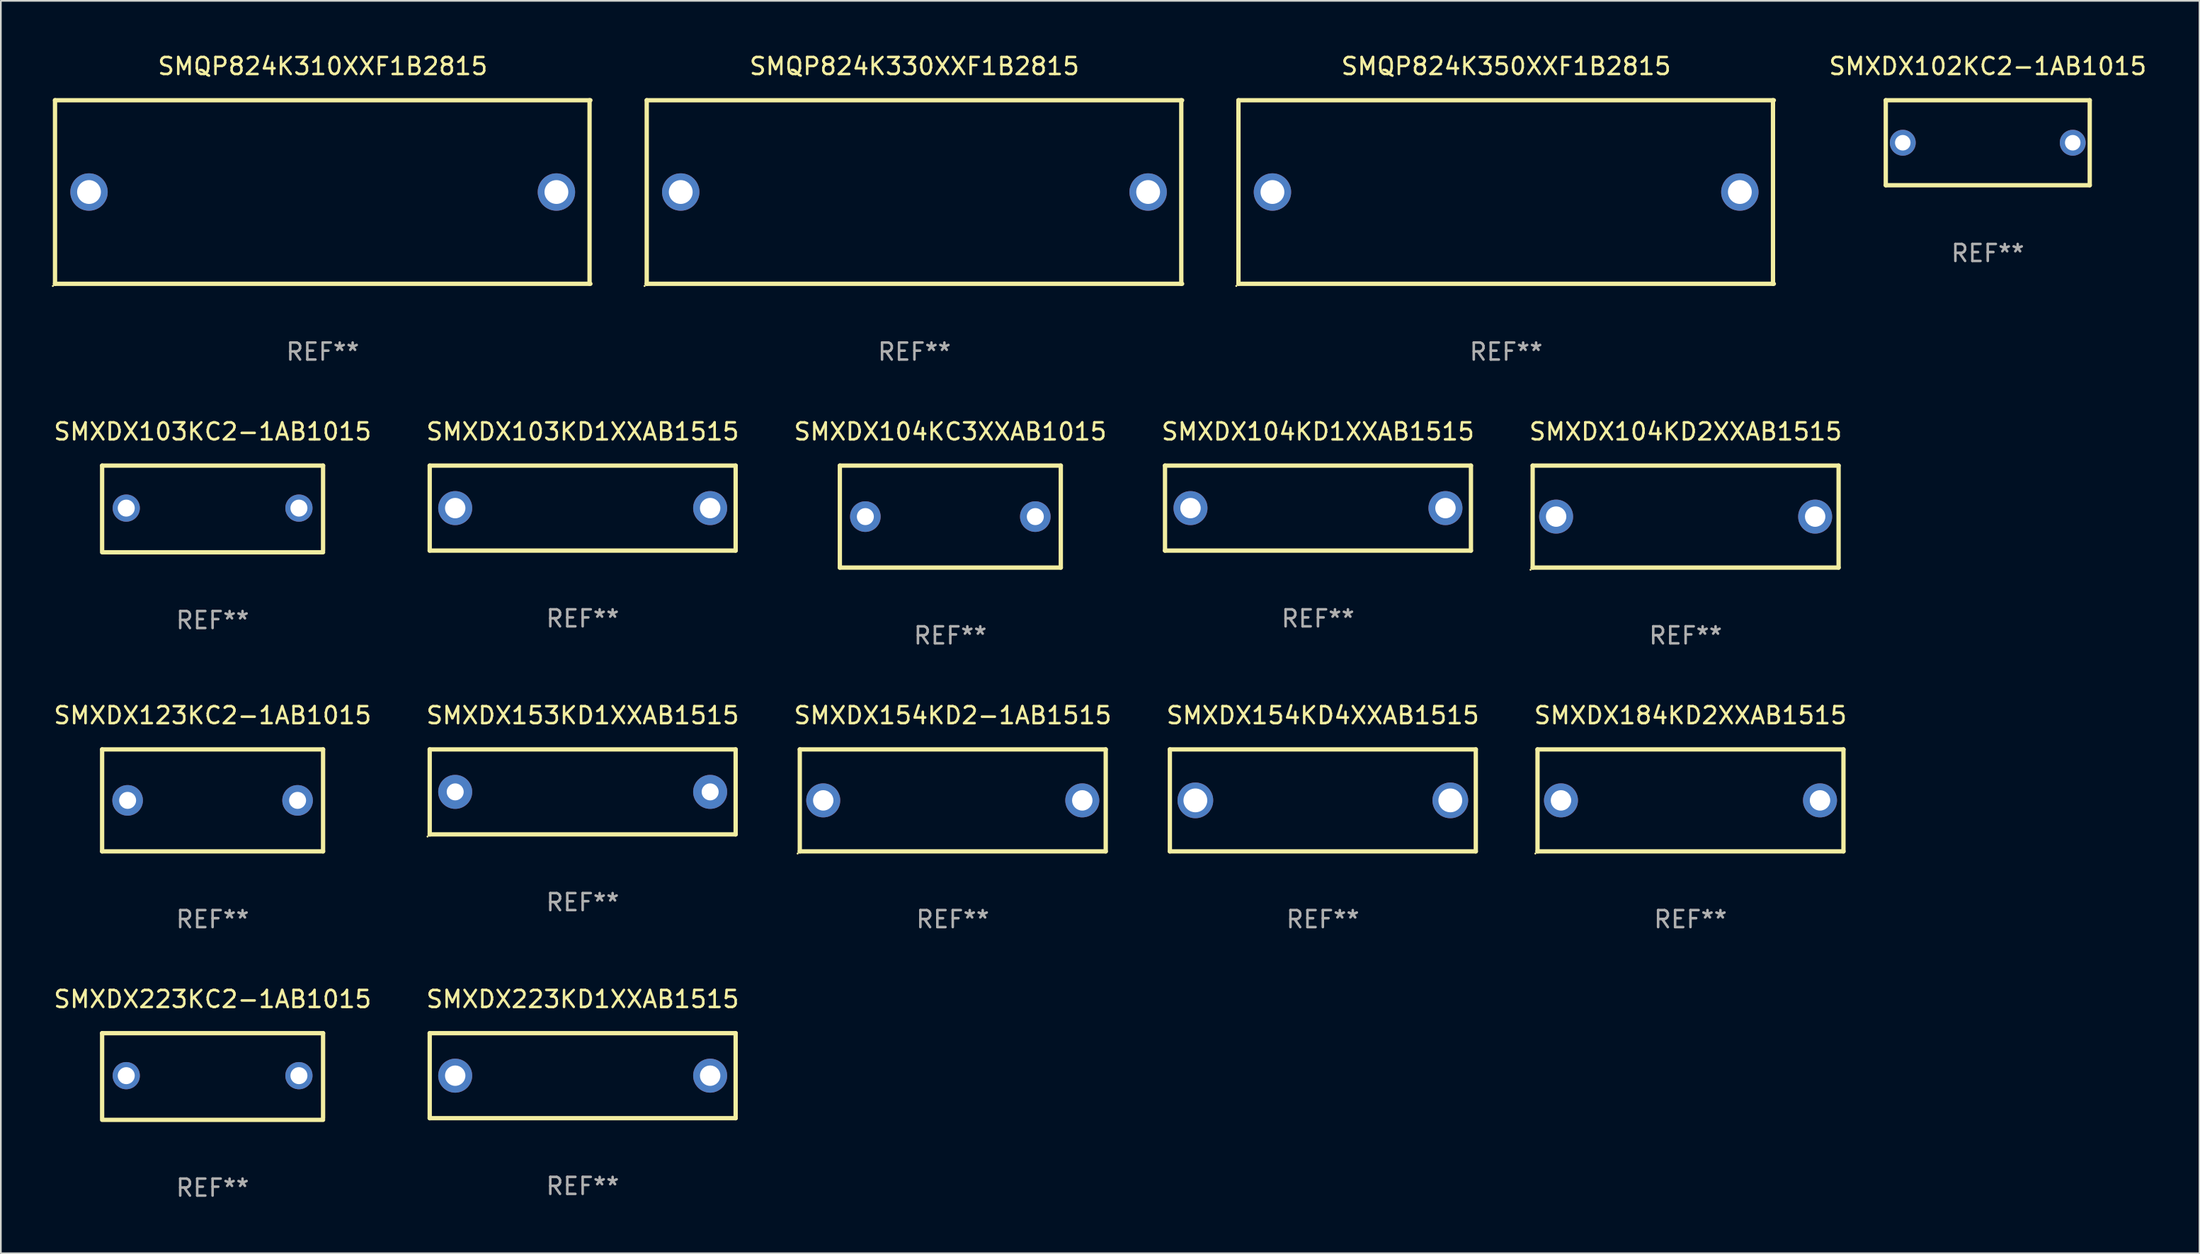
<source format=kicad_pcb>
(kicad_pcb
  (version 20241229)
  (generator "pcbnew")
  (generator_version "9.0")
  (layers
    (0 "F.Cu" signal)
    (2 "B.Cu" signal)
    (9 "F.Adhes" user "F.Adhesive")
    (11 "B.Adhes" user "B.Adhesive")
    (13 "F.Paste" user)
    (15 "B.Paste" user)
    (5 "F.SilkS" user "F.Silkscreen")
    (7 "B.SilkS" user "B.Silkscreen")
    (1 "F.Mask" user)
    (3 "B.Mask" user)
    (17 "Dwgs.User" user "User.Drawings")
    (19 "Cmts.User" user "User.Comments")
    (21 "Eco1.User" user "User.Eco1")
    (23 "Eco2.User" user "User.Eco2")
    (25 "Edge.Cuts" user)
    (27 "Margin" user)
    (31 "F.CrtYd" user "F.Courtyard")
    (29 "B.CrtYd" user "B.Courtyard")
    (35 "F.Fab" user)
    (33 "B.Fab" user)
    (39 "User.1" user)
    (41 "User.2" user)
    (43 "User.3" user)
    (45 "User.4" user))
  (footprint "SMXDX104KD2XXAB1515"
    (layer "F.Cu")
    (at 96.125 27.345)
    (property "Reference" "SMXDX104KD2XXAB1515" (at 0 -5 0) (layer "F.SilkS") (effects (font (size 1 1) (thickness 0.15))))
    (attr through_hole)
    (fp_line (start -9 -3) (end 9 -3) (stroke (width 0.254) (type solid)) (layer "F.SilkS"))
    (fp_line (start -9 3) (end -9 -3) (stroke (width 0.254) (type solid)) (layer "F.SilkS"))
    (fp_line (start 9 -3) (end 9 3) (stroke (width 0.254) (type solid)) (layer "F.SilkS"))
    (fp_line (start 9 3) (end -9 3) (stroke (width 0.254) (type solid)) (layer "F.SilkS"))
    (fp_circle (center -9.127 3.127) (end -9.097 3.127) (stroke (width 0.06) (type solid)) (fill no) (layer "F.SilkS"))
    (fp_text user "REF**" (at 0 7 0) (layer "F.Fab") (effects (font (size 1 1) (thickness 0.15))))
    (pad "1" thru_hole circle (at -7.62 0) (size 2 2) (drill 1.2) (layers "*.Cu" "*.Mask"))
    (pad "2" thru_hole circle (at 7.62 0) (size 2 2) (drill 1.2) (layers "*.Cu" "*.Mask")))
  (footprint "SMXDX153KD1XXAB1515"
    (layer "F.Cu")
    (at 31.232 43.541)
    (property "Reference" "SMXDX153KD1XXAB1515" (at 0 -4.5 0) (layer "F.SilkS") (effects (font (size 1 1) (thickness 0.15))))
    (attr through_hole)
    (fp_line (start -9 -2.5) (end 9 -2.5) (stroke (width 0.254) (type solid)) (layer "F.SilkS"))
    (fp_line (start -9 2.5) (end -9 -2.5) (stroke (width 0.254) (type solid)) (layer "F.SilkS"))
    (fp_line (start 9 -2.5) (end 9 2.5) (stroke (width 0.254) (type solid)) (layer "F.SilkS"))
    (fp_line (start 9 2.5) (end -9 2.5) (stroke (width 0.254) (type solid)) (layer "F.SilkS"))
    (fp_circle (center -9.127 2.627) (end -9.097 2.627) (stroke (width 0.06) (type solid)) (fill no) (layer "F.SilkS"))
    (fp_text user "REF**" (at 0 6.5 0) (layer "F.Fab") (effects (font (size 1 1) (thickness 0.15))))
    (pad "1" thru_hole circle (at -7.5 0) (size 2 2) (drill 1) (layers "*.Cu" "*.Mask"))
    (pad "2" thru_hole circle (at 7.5 0) (size 2 2) (drill 1) (layers "*.Cu" "*.Mask")))
  (footprint "SMXDX154KD4XXAB1515"
    (layer "F.Cu")
    (at 74.78 44.041)
    (property "Reference" "SMXDX154KD4XXAB1515" (at 0 -5 0) (layer "F.SilkS") (effects (font (size 1 1) (thickness 0.15))))
    (attr through_hole)
    (fp_line (start -9 -3) (end 9 -3) (stroke (width 0.254) (type solid)) (layer "F.SilkS"))
    (fp_line (start -9 3) (end -9 -3) (stroke (width 0.254) (type solid)) (layer "F.SilkS"))
    (fp_line (start 9 -3) (end 9 3) (stroke (width 0.254) (type solid)) (layer "F.SilkS"))
    (fp_line (start 9 3) (end -9 3) (stroke (width 0.254) (type solid)) (layer "F.SilkS"))
    (fp_circle (center -9 3) (end -8.97 3) (stroke (width 0.06) (type solid)) (fill no) (layer "F.SilkS"))
    (fp_text user "REF**" (at 0 7 0) (layer "F.Fab") (effects (font (size 1 1) (thickness 0.15))))
    (pad "1" thru_hole circle (at -7.5 0) (size 2.1 2.1) (drill 1.4) (layers "*.Cu" "*.Mask"))
    (pad "2" thru_hole circle (at 7.5 0) (size 2.1 2.1) (drill 1.4) (layers "*.Cu" "*.Mask")))
  (footprint "SMQP824K350XXF1B2815"
    (layer "F.Cu")
    (at 85.565 8.248)
    (property "Reference" "SMQP824K350XXF1B2815" (at 0 -7.4 0) (layer "F.SilkS") (effects (font (size 1 1) (thickness 0.15))))
    (attr through_hole)
    (fp_line (start -15.75 -5.4) (end 15.75 -5.4) (stroke (width 0.254) (type solid)) (layer "F.SilkS"))
    (fp_line (start -15.75 5.4) (end -15.75 -5.4) (stroke (width 0.254) (type solid)) (layer "F.SilkS"))
    (fp_line (start 15.7 -5.4) (end 15.7 5.4) (stroke (width 0.254) (type solid)) (layer "F.SilkS"))
    (fp_line (start 15.75 5.4) (end -15.75 5.4) (stroke (width 0.254) (type solid)) (layer "F.SilkS"))
    (fp_circle (center -15.877 5.527) (end -15.847 5.527) (stroke (width 0.06) (type solid)) (fill no) (layer "F.SilkS"))
    (fp_text user "REF**" (at 0 9.4 0) (layer "F.Fab") (effects (font (size 1 1) (thickness 0.15))))
    (pad "1" thru_hole circle (at -13.75 0) (size 2.2 2.2) (drill 1.4) (layers "*.Cu" "*.Mask"))
    (pad "2" thru_hole circle (at 13.75 0) (size 2.2 2.2) (drill 1.4) (layers "*.Cu" "*.Mask")))
  (footprint "SMXDX103KC2-1AB1015"
    (layer "F.Cu")
    (at 9.458 26.895)
    (property "Reference" "SMXDX103KC2-1AB1015" (at 0 -4.55 0) (layer "F.SilkS") (effects (font (size 1 1) (thickness 0.15))))
    (attr through_hole)
    (fp_line (start -6.5 -2.55) (end 6.5 -2.55) (stroke (width 0.254) (type solid)) (layer "F.SilkS"))
    (fp_line (start -6.5 2.45) (end -6.5 -2.55) (stroke (width 0.254) (type solid)) (layer "F.SilkS"))
    (fp_line (start 6.5 -2.55) (end 6.5 2.45) (stroke (width 0.254) (type solid)) (layer "F.SilkS"))
    (fp_line (start 6.5 2.55) (end -6.5 2.55) (stroke (width 0.254) (type solid)) (layer "F.SilkS"))
    (fp_circle (center -6.5 2.45) (end -6.47 2.45) (stroke (width 0.06) (type solid)) (fill no) (layer "F.SilkS"))
    (fp_text user "REF**" (at 0 6.55 0) (layer "F.Fab") (effects (font (size 1 1) (thickness 0.15))))
    (pad "1" thru_hole circle (at -5.08 -0.05) (size 1.6 1.6) (drill 1) (layers "*.Cu" "*.Mask"))
    (pad "2" thru_hole circle (at 5.08 -0.05) (size 1.6 1.6) (drill 1) (layers "*.Cu" "*.Mask")))
  (footprint "SMXDX123KC2-1AB1015"
    (layer "F.Cu")
    (at 9.458 44.041)
    (property "Reference" "SMXDX123KC2-1AB1015" (at 0 -5 0) (layer "F.SilkS") (effects (font (size 1 1) (thickness 0.15))))
    (attr through_hole)
    (fp_line (start -6.5 -3) (end 6.5 -3) (stroke (width 0.254) (type solid)) (layer "F.SilkS"))
    (fp_line (start -6.5 3) (end -6.5 -3) (stroke (width 0.254) (type solid)) (layer "F.SilkS"))
    (fp_line (start 6.5 -3) (end 6.5 3) (stroke (width 0.254) (type solid)) (layer "F.SilkS"))
    (fp_line (start 6.5 3) (end -6.5 3) (stroke (width 0.254) (type solid)) (layer "F.SilkS"))
    (fp_circle (center -6.5 3) (end -6.47 3) (stroke (width 0.06) (type solid)) (fill no) (layer "F.SilkS"))
    (fp_text user "REF**" (at 0 7 0) (layer "F.Fab") (effects (font (size 1 1) (thickness 0.15))))
    (pad "1" thru_hole circle (at -5 0) (size 1.8 1.8) (drill 1) (layers "*.Cu" "*.Mask"))
    (pad "2" thru_hole circle (at 5 0) (size 1.8 1.8) (drill 1) (layers "*.Cu" "*.Mask")))
  (footprint "SMXDX184KD2XXAB1515"
    (layer "F.Cu")
    (at 96.411 44.041)
    (property "Reference" "SMXDX184KD2XXAB1515" (at 0 -5 0) (layer "F.SilkS") (effects (font (size 1 1) (thickness 0.15))))
    (attr through_hole)
    (fp_line (start -9 -3) (end 9 -3) (stroke (width 0.254) (type solid)) (layer "F.SilkS"))
    (fp_line (start -9 3) (end -9 -3) (stroke (width 0.254) (type solid)) (layer "F.SilkS"))
    (fp_line (start 9 -3) (end 9 3) (stroke (width 0.254) (type solid)) (layer "F.SilkS"))
    (fp_line (start 9 3) (end -9 3) (stroke (width 0.254) (type solid)) (layer "F.SilkS"))
    (fp_circle (center -9.127 3.127) (end -9.097 3.127) (stroke (width 0.06) (type solid)) (fill no) (layer "F.SilkS"))
    (fp_text user "REF**" (at 0 7 0) (layer "F.Fab") (effects (font (size 1 1) (thickness 0.15))))
    (pad "1" thru_hole circle (at -7.62 0) (size 2 2) (drill 1.2) (layers "*.Cu" "*.Mask"))
    (pad "2" thru_hole circle (at 7.62 0) (size 2 2) (drill 1.2) (layers "*.Cu" "*.Mask")))
  (footprint "SMXDX154KD2-1AB1515"
    (layer "F.Cu")
    (at 53.006 44.041)
    (property "Reference" "SMXDX154KD2-1AB1515" (at 0 -5 0) (layer "F.SilkS") (effects (font (size 1 1) (thickness 0.15))))
    (attr through_hole)
    (fp_line (start -9 -3) (end 9 -3) (stroke (width 0.254) (type solid)) (layer "F.SilkS"))
    (fp_line (start -9 3) (end -9 -3) (stroke (width 0.254) (type solid)) (layer "F.SilkS"))
    (fp_line (start 9 -3) (end 9 3) (stroke (width 0.254) (type solid)) (layer "F.SilkS"))
    (fp_line (start 9 3) (end -9 3) (stroke (width 0.254) (type solid)) (layer "F.SilkS"))
    (fp_circle (center -9.127 3.127) (end -9.097 3.127) (stroke (width 0.06) (type solid)) (fill no) (layer "F.SilkS"))
    (fp_text user "REF**" (at 0 7 0) (layer "F.Fab") (effects (font (size 1 1) (thickness 0.15))))
    (pad "1" thru_hole circle (at -7.62 0) (size 2 2) (drill 1.2) (layers "*.Cu" "*.Mask"))
    (pad "2" thru_hole circle (at 7.62 0) (size 2 2) (drill 1.2) (layers "*.Cu" "*.Mask")))
  (footprint "SMXDX104KC3XXAB1015"
    (layer "F.Cu")
    (at 52.863 27.345)
    (property "Reference" "SMXDX104KC3XXAB1015" (at 0 -5 0) (layer "F.SilkS") (effects (font (size 1 1) (thickness 0.15))))
    (attr through_hole)
    (fp_line (start -6.5 -3) (end 6.5 -3) (stroke (width 0.254) (type solid)) (layer "F.SilkS"))
    (fp_line (start -6.5 3) (end -6.5 -3) (stroke (width 0.254) (type solid)) (layer "F.SilkS"))
    (fp_line (start 6.5 -3) (end 6.5 3) (stroke (width 0.254) (type solid)) (layer "F.SilkS"))
    (fp_line (start 6.5 3) (end -6.5 3) (stroke (width 0.254) (type solid)) (layer "F.SilkS"))
    (fp_circle (center -6.5 3) (end -6.47 3) (stroke (width 0.06) (type solid)) (fill no) (layer "F.SilkS"))
    (fp_text user "REF**" (at 0 7 0) (layer "F.Fab") (effects (font (size 1 1) (thickness 0.15))))
    (pad "1" thru_hole circle (at -5 0) (size 1.8 1.8) (drill 1) (layers "*.Cu" "*.Mask"))
    (pad "2" thru_hole circle (at 5 0) (size 1.8 1.8) (drill 1) (layers "*.Cu" "*.Mask")))
  (footprint "SMXDX104KD1XXAB1515"
    (layer "F.Cu")
    (at 74.494 26.845)
    (property "Reference" "SMXDX104KD1XXAB1515" (at 0 -4.5 0) (layer "F.SilkS") (effects (font (size 1 1) (thickness 0.15))))
    (attr through_hole)
    (fp_line (start -9 -2.5) (end 9 -2.5) (stroke (width 0.254) (type solid)) (layer "F.SilkS"))
    (fp_line (start -9 2.5) (end -9 -2.5) (stroke (width 0.254) (type solid)) (layer "F.SilkS"))
    (fp_line (start 9 -2.5) (end 9 2.5) (stroke (width 0.254) (type solid)) (layer "F.SilkS"))
    (fp_line (start 9 2.5) (end -9 2.5) (stroke (width 0.254) (type solid)) (layer "F.SilkS"))
    (fp_circle (center -9 2.5) (end -8.97 2.5) (stroke (width 0.06) (type solid)) (fill no) (layer "F.SilkS"))
    (fp_text user "REF**" (at 0 6.5 0) (layer "F.Fab") (effects (font (size 1 1) (thickness 0.15))))
    (pad "1" thru_hole circle (at -7.5 -0.000127) (size 2 2) (drill 1.2) (layers "*.Cu" "*.Mask"))
    (pad "2" thru_hole circle (at 7.5 -0.000127) (size 2 2) (drill 1.2) (layers "*.Cu" "*.Mask")))
  (footprint "SMQP824K310XXF1B2815"
    (layer "F.Cu")
    (at 15.937 8.248)
    (property "Reference" "SMQP824K310XXF1B2815" (at 0 -7.4 0) (layer "F.SilkS") (effects (font (size 1 1) (thickness 0.15))))
    (attr through_hole)
    (fp_line (start -15.75 -5.4) (end 15.75 -5.4) (stroke (width 0.254) (type solid)) (layer "F.SilkS"))
    (fp_line (start -15.75 5.4) (end -15.75 -5.4) (stroke (width 0.254) (type solid)) (layer "F.SilkS"))
    (fp_line (start 15.7 -5.4) (end 15.7 5.4) (stroke (width 0.254) (type solid)) (layer "F.SilkS"))
    (fp_line (start 15.75 5.4) (end -15.75 5.4) (stroke (width 0.254) (type solid)) (layer "F.SilkS"))
    (fp_circle (center -15.877 5.527) (end -15.847 5.527) (stroke (width 0.06) (type solid)) (fill no) (layer "F.SilkS"))
    (fp_text user "REF**" (at 0 9.4 0) (layer "F.Fab") (effects (font (size 1 1) (thickness 0.15))))
    (pad "1" thru_hole circle (at -13.75 0) (size 2.2 2.2) (drill 1.4) (layers "*.Cu" "*.Mask"))
    (pad "2" thru_hole circle (at 13.75 0) (size 2.2 2.2) (drill 1.4) (layers "*.Cu" "*.Mask")))
  (footprint "SMXDX223KC2-1AB1015"
    (layer "F.Cu")
    (at 9.458 60.288)
    (property "Reference" "SMXDX223KC2-1AB1015" (at 0 -4.55 0) (layer "F.SilkS") (effects (font (size 1 1) (thickness 0.15))))
    (attr through_hole)
    (fp_line (start -6.5 -2.55) (end 6.5 -2.55) (stroke (width 0.254) (type solid)) (layer "F.SilkS"))
    (fp_line (start -6.5 2.45) (end -6.5 -2.55) (stroke (width 0.254) (type solid)) (layer "F.SilkS"))
    (fp_line (start 6.5 -2.55) (end 6.5 2.45) (stroke (width 0.254) (type solid)) (layer "F.SilkS"))
    (fp_line (start 6.5 2.55) (end -6.5 2.55) (stroke (width 0.254) (type solid)) (layer "F.SilkS"))
    (fp_circle (center -6.5 2.45) (end -6.47 2.45) (stroke (width 0.06) (type solid)) (fill no) (layer "F.SilkS"))
    (fp_text user "REF**" (at 0 6.55 0) (layer "F.Fab") (effects (font (size 1 1) (thickness 0.15))))
    (pad "1" thru_hole circle (at -5.08 -0.05) (size 1.6 1.6) (drill 1) (layers "*.Cu" "*.Mask"))
    (pad "2" thru_hole circle (at 5.08 -0.05) (size 1.6 1.6) (drill 1) (layers "*.Cu" "*.Mask")))
  (footprint "SMXDX102KC2-1AB1015"
    (layer "F.Cu")
    (at 113.901 5.348)
    (property "Reference" "SMXDX102KC2-1AB1015" (at 0 -4.5 0) (layer "F.SilkS") (effects (font (size 1 1) (thickness 0.15))))
    (attr through_hole)
    (fp_line (start -6 -2.5) (end 6 -2.5) (stroke (width 0.254) (type solid)) (layer "F.SilkS"))
    (fp_line (start -6 2.5) (end -6 -2.5) (stroke (width 0.254) (type solid)) (layer "F.SilkS"))
    (fp_line (start 6 -2.5) (end 6 2.5) (stroke (width 0.254) (type solid)) (layer "F.SilkS"))
    (fp_line (start 6 2.5) (end -6 2.5) (stroke (width 0.254) (type solid)) (layer "F.SilkS"))
    (fp_circle (center -6 2.5) (end -5.97 2.5) (stroke (width 0.06) (type solid)) (fill no) (layer "F.SilkS"))
    (fp_text user "REF**" (at 0 6.5 0) (layer "F.Fab") (effects (font (size 1 1) (thickness 0.15))))
    (pad "1" thru_hole circle (at -5 0) (size 1.524 1.524) (drill 0.914) (layers "*.Cu" "*.Mask"))
    (pad "2" thru_hole circle (at 5 0) (size 1.524 1.524) (drill 0.914) (layers "*.Cu" "*.Mask")))
  (footprint "SMXDX223KD1XXAB1515"
    (layer "F.Cu")
    (at 31.232 60.238)
    (property "Reference" "SMXDX223KD1XXAB1515" (at 0 -4.5 0) (layer "F.SilkS") (effects (font (size 1 1) (thickness 0.15))))
    (attr through_hole)
    (fp_line (start -9 -2.5) (end 9 -2.5) (stroke (width 0.254) (type solid)) (layer "F.SilkS"))
    (fp_line (start -9 2.5) (end -9 -2.5) (stroke (width 0.254) (type solid)) (layer "F.SilkS"))
    (fp_line (start 9 -2.5) (end 9 2.5) (stroke (width 0.254) (type solid)) (layer "F.SilkS"))
    (fp_line (start 9 2.5) (end -9 2.5) (stroke (width 0.254) (type solid)) (layer "F.SilkS"))
    (fp_circle (center -9 2.5) (end -8.97 2.5) (stroke (width 0.06) (type solid)) (fill no) (layer "F.SilkS"))
    (fp_text user "REF**" (at 0 6.5 0) (layer "F.Fab") (effects (font (size 1 1) (thickness 0.15))))
    (pad "1" thru_hole circle (at -7.5 -0.000127) (size 2 2) (drill 1.2) (layers "*.Cu" "*.Mask"))
    (pad "2" thru_hole circle (at 7.5 -0.000127) (size 2 2) (drill 1.2) (layers "*.Cu" "*.Mask")))
  (footprint "SMQP824K330XXF1B2815"
    (layer "F.Cu")
    (at 50.751 8.248)
    (property "Reference" "SMQP824K330XXF1B2815" (at 0 -7.4 0) (layer "F.SilkS") (effects (font (size 1 1) (thickness 0.15))))
    (attr through_hole)
    (fp_line (start -15.75 -5.4) (end 15.75 -5.4) (stroke (width 0.254) (type solid)) (layer "F.SilkS"))
    (fp_line (start -15.75 5.4) (end -15.75 -5.4) (stroke (width 0.254) (type solid)) (layer "F.SilkS"))
    (fp_line (start 15.7 -5.4) (end 15.7 5.4) (stroke (width 0.254) (type solid)) (layer "F.SilkS"))
    (fp_line (start 15.75 5.4) (end -15.75 5.4) (stroke (width 0.254) (type solid)) (layer "F.SilkS"))
    (fp_circle (center -15.877 5.527) (end -15.847 5.527) (stroke (width 0.06) (type solid)) (fill no) (layer "F.SilkS"))
    (fp_text user "REF**" (at 0 9.4 0) (layer "F.Fab") (effects (font (size 1 1) (thickness 0.15))))
    (pad "1" thru_hole circle (at -13.75 0) (size 2.2 2.2) (drill 1.4) (layers "*.Cu" "*.Mask"))
    (pad "2" thru_hole circle (at 13.75 0) (size 2.2 2.2) (drill 1.4) (layers "*.Cu" "*.Mask")))
  (footprint "SMXDX103KD1XXAB1515"
    (layer "F.Cu")
    (at 31.232 26.845)
    (property "Reference" "SMXDX103KD1XXAB1515" (at 0 -4.5 0) (layer "F.SilkS") (effects (font (size 1 1) (thickness 0.15))))
    (attr through_hole)
    (fp_line (start -9 -2.5) (end 9 -2.5) (stroke (width 0.254) (type solid)) (layer "F.SilkS"))
    (fp_line (start -9 2.5) (end -9 -2.5) (stroke (width 0.254) (type solid)) (layer "F.SilkS"))
    (fp_line (start 9 -2.5) (end 9 2.5) (stroke (width 0.254) (type solid)) (layer "F.SilkS"))
    (fp_line (start 9 2.5) (end -9 2.5) (stroke (width 0.254) (type solid)) (layer "F.SilkS"))
    (fp_circle (center -9 2.5) (end -8.97 2.5) (stroke (width 0.06) (type solid)) (fill no) (layer "F.SilkS"))
    (fp_text user "REF**" (at 0 6.5 0) (layer "F.Fab") (effects (font (size 1 1) (thickness 0.15))))
    (pad "1" thru_hole circle (at -7.5 -0.000127) (size 2 2) (drill 1.2) (layers "*.Cu" "*.Mask"))
    (pad "2" thru_hole circle (at 7.5 -0.000127) (size 2 2) (drill 1.2) (layers "*.Cu" "*.Mask")))
  (gr_rect
    (start -3 -3)
    (end 126.359 70.686)
    (stroke (width 0.1) (type default))
    (fill no)
    (layer "Edge.Cuts")))
</source>
